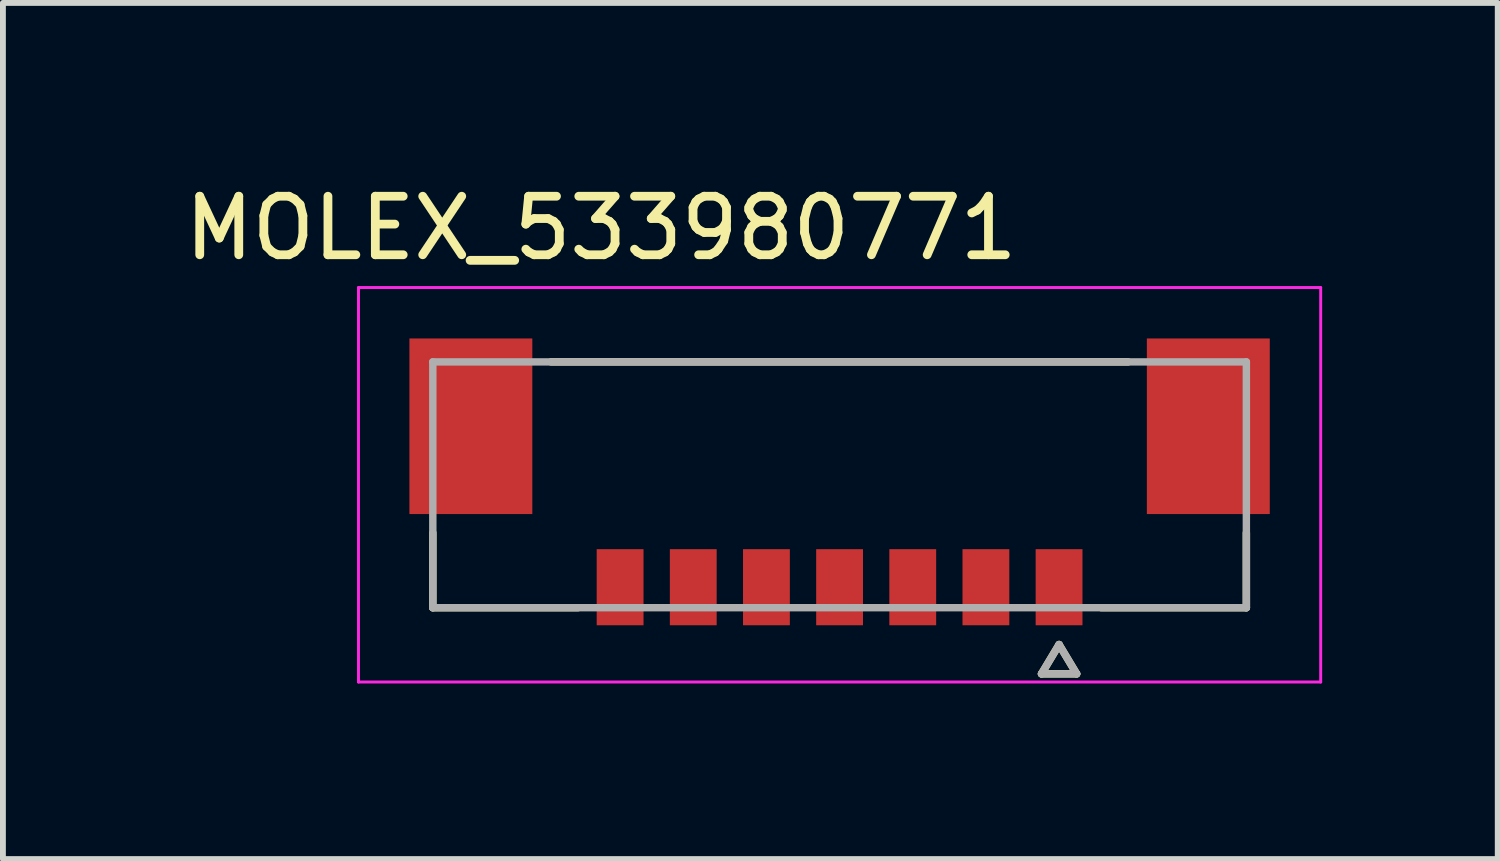
<source format=kicad_pcb>
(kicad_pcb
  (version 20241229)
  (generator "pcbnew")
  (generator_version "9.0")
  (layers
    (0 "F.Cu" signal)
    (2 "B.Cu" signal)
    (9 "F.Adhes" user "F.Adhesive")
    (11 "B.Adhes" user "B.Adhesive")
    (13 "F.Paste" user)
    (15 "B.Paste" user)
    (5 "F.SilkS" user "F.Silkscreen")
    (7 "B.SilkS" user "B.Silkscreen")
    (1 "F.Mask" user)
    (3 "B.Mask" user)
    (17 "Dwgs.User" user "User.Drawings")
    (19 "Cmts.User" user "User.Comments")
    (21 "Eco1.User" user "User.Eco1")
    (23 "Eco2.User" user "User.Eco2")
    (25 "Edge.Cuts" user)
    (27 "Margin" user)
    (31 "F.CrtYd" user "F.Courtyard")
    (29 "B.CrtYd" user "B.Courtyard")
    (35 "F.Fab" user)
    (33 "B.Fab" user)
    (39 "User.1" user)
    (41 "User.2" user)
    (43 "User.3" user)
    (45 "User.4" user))
  (footprint "MOLEX_533980771"
    (layer "F.Cu")
    (at 11.295 5.233)
    (property "Reference" "MOLEX_533980771" (at -4.075 -4.385 0) (layer "F.SilkS") (effects (font (size 1 1) (thickness 0.15))))
    (attr smd)
    (fp_poly (pts (xy -7.426 -2.576) (xy -5.174 -2.576) (xy -5.174 0.576) (xy -7.426 0.576)) (stroke (width 0.01) (type solid)) (fill yes) (layer "F.Mask"))
    (fp_poly (pts (xy -4.226 1.024) (xy -3.274 1.024) (xy -3.274 2.476) (xy -4.226 2.476)) (stroke (width 0.01) (type solid)) (fill yes) (layer "F.Mask"))
    (fp_poly (pts (xy -2.976 1.024) (xy -2.024 1.024) (xy -2.024 2.476) (xy -2.976 2.476)) (stroke (width 0.01) (type solid)) (fill yes) (layer "F.Mask"))
    (fp_poly (pts (xy -1.726 1.024) (xy -0.774 1.024) (xy -0.774 2.476) (xy -1.726 2.476)) (stroke (width 0.01) (type solid)) (fill yes) (layer "F.Mask"))
    (fp_poly (pts (xy -0.476 1.024) (xy 0.476 1.024) (xy 0.476 2.476) (xy -0.476 2.476)) (stroke (width 0.01) (type solid)) (fill yes) (layer "F.Mask"))
    (fp_poly (pts (xy 0.774 1.024) (xy 1.726 1.024) (xy 1.726 2.476) (xy 0.774 2.476)) (stroke (width 0.01) (type solid)) (fill yes) (layer "F.Mask"))
    (fp_poly (pts (xy 2.024 1.024) (xy 2.976 1.024) (xy 2.976 2.476) (xy 2.024 2.476)) (stroke (width 0.01) (type solid)) (fill yes) (layer "F.Mask"))
    (fp_poly (pts (xy 3.274 1.024) (xy 4.226 1.024) (xy 4.226 2.476) (xy 3.274 2.476)) (stroke (width 0.01) (type solid)) (fill yes) (layer "F.Mask"))
    (fp_poly (pts (xy 5.174 -2.576) (xy 7.426 -2.576) (xy 7.426 0.576) (xy 5.174 0.576)) (stroke (width 0.01) (type solid)) (fill yes) (layer "F.Mask"))
    (fp_line (start -6.95 2.1) (end -6.95 0.82) (stroke (width 0.127) (type solid)) (layer "F.SilkS"))
    (fp_line (start -4.47 2.1) (end -6.95 2.1) (stroke (width 0.127) (type solid)) (layer "F.SilkS"))
    (fp_line (start 3.45 3.23) (end 3.75 2.73) (stroke (width 0.127) (type solid)) (layer "F.SilkS"))
    (fp_line (start 3.75 2.73) (end 4.05 3.23) (stroke (width 0.127) (type solid)) (layer "F.SilkS"))
    (fp_line (start 4.05 3.23) (end 3.45 3.23) (stroke (width 0.127) (type solid)) (layer "F.SilkS"))
    (fp_line (start 4.93 -2.1) (end -4.93 -2.1) (stroke (width 0.127) (type solid)) (layer "F.SilkS"))
    (fp_line (start 6.95 0.82) (end 6.95 2.1) (stroke (width 0.127) (type solid)) (layer "F.SilkS"))
    (fp_line (start 6.95 2.1) (end 4.47 2.1) (stroke (width 0.127) (type solid)) (layer "F.SilkS"))
    (fp_line (start -8.22 -3.37) (end 8.22 -3.37) (stroke (width 0.05) (type solid)) (layer "F.CrtYd"))
    (fp_line (start -8.22 3.37) (end -8.22 -3.37) (stroke (width 0.05) (type solid)) (layer "F.CrtYd"))
    (fp_line (start -8.22 3.37) (end 8.22 3.37) (stroke (width 0.05) (type solid)) (layer "F.CrtYd"))
    (fp_line (start 8.22 -3.37) (end 8.22 3.37) (stroke (width 0.05) (type solid)) (layer "F.CrtYd"))
    (fp_line (start -6.95 -2.1) (end 6.95 -2.1) (stroke (width 0.127) (type solid)) (layer "F.Fab"))
    (fp_line (start -6.95 2.1) (end -6.95 -2.1) (stroke (width 0.127) (type solid)) (layer "F.Fab"))
    (fp_line (start 3.45 3.23) (end 3.75 2.73) (stroke (width 0.127) (type solid)) (layer "F.Fab"))
    (fp_line (start 3.75 2.73) (end 4.05 3.23) (stroke (width 0.127) (type solid)) (layer "F.Fab"))
    (fp_line (start 4.05 3.23) (end 3.45 3.23) (stroke (width 0.127) (type solid)) (layer "F.Fab"))
    (fp_line (start 6.95 -2.1) (end 6.95 2.1) (stroke (width 0.127) (type solid)) (layer "F.Fab"))
    (fp_line (start 6.95 2.1) (end -6.95 2.1) (stroke (width 0.127) (type solid)) (layer "F.Fab"))
    (pad "1" smd rect (at 3.75 1.75) (size 0.8 1.3) (layers "F.Cu" "F.Paste"))
    (pad "2" smd rect (at 2.5 1.75) (size 0.8 1.3) (layers "F.Cu" "F.Paste"))
    (pad "3" smd rect (at 1.25 1.75) (size 0.8 1.3) (layers "F.Cu" "F.Paste"))
    (pad "4" smd rect (at 0 1.75) (size 0.8 1.3) (layers "F.Cu" "F.Paste"))
    (pad "5" smd rect (at -1.25 1.75) (size 0.8 1.3) (layers "F.Cu" "F.Paste"))
    (pad "6" smd rect (at -2.5 1.75) (size 0.8 1.3) (layers "F.Cu" "F.Paste"))
    (pad "7" smd rect (at -3.75 1.75) (size 0.8 1.3) (layers "F.Cu" "F.Paste"))
    (pad "S1" smd rect (at -6.3 -1) (size 2.1 3) (layers "F.Cu" "F.Paste"))
    (pad "S2" smd rect (at 6.3 -1) (size 2.1 3) (layers "F.Cu" "F.Paste")))
  (gr_rect
    (start -3 -3)
    (end 22.54 11.628)
    (stroke (width 0.1) (type default))
    (fill no)
    (layer "Edge.Cuts")))
</source>
